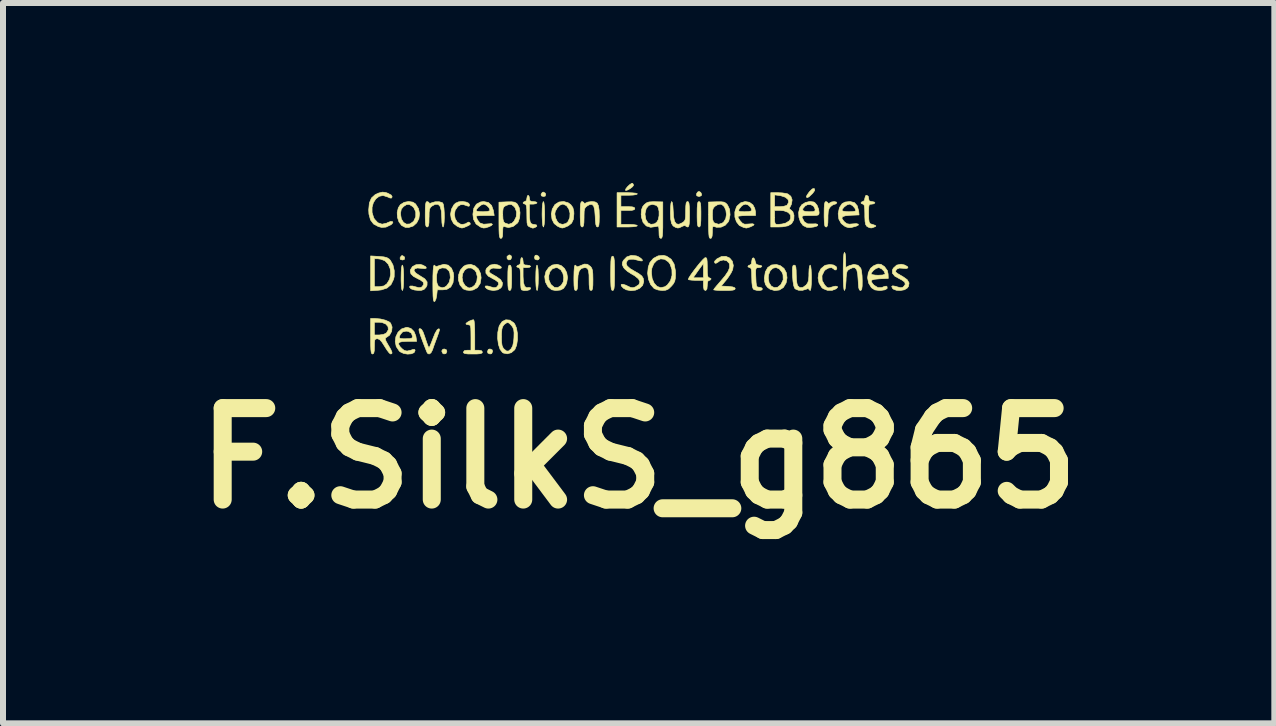
<source format=kicad_pcb>
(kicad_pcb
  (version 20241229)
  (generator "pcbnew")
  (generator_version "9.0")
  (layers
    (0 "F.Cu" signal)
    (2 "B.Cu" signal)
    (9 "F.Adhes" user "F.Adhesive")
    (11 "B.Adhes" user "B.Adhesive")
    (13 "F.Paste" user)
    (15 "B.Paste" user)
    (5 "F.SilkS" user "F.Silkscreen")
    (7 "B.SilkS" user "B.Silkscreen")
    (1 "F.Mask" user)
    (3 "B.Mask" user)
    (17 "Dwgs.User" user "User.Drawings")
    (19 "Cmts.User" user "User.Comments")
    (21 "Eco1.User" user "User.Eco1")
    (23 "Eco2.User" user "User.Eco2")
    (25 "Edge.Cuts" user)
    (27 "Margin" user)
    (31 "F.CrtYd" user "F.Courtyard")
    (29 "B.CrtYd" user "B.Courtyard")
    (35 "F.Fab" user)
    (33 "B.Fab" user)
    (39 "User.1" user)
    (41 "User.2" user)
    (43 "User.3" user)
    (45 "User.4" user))
  (footprint "F.SilkS_g865"
    (layer "F.Cu")
    (at 7.591 4.584)
    (property "Reference" "F.SilkS_g865" (at 0 0 0) (layer "F.SilkS") (effects (font (size 1.524 1.524) (thickness 0.3))))
    (attr through_hole)
    (fp_poly (pts (xy -3.907 -3.358) (xy -3.899 -3.339) (xy -3.906 -3.309) (xy -3.937 -3.302) (xy -3.972 -3.313) (xy -3.975 -3.339) (xy -3.954 -3.371) (xy -3.937 -3.376) (xy -3.907 -3.358)) (stroke (width 0.01) (type solid)) (fill yes) (layer "F.SilkS"))
    (fp_poly (pts (xy -3.203 -1.805) (xy -3.196 -1.778) (xy -3.211 -1.743) (xy -3.245 -1.737) (xy -3.267 -1.75) (xy -3.281 -1.786) (xy -3.263 -1.814) (xy -3.239 -1.82) (xy -3.203 -1.805)) (stroke (width 0.01) (type solid)) (fill yes) (layer "F.SilkS"))
    (fp_poly (pts (xy -2.441 -1.805) (xy -2.434 -1.778) (xy -2.449 -1.743) (xy -2.477 -1.736) (xy -2.512 -1.751) (xy -2.519 -1.778) (xy -2.504 -1.813) (xy -2.477 -1.82) (xy -2.441 -1.805)) (stroke (width 0.01) (type solid)) (fill yes) (layer "F.SilkS"))
    (fp_poly (pts (xy -2.122 -3.369) (xy -2.117 -3.344) (xy -2.132 -3.31) (xy -2.164 -3.303) (xy -2.191 -3.323) (xy -2.194 -3.359) (xy -2.166 -3.383) (xy -2.147 -3.387) (xy -2.122 -3.369)) (stroke (width 0.01) (type solid)) (fill yes) (layer "F.SilkS"))
    (fp_poly (pts (xy -1.665 -3.363) (xy -1.654 -3.332) (xy -1.669 -3.308) (xy -1.692 -3.302) (xy -1.728 -3.316) (xy -1.736 -3.346) (xy -1.724 -3.38) (xy -1.699 -3.383) (xy -1.665 -3.363)) (stroke (width 0.01) (type solid)) (fill yes) (layer "F.SilkS"))
    (fp_poly (pts (xy -1.558 -4.417) (xy -1.549 -4.397) (xy -1.557 -4.367) (xy -1.587 -4.36) (xy -1.622 -4.371) (xy -1.626 -4.397) (xy -1.605 -4.429) (xy -1.587 -4.434) (xy -1.558 -4.417)) (stroke (width 0.01) (type solid)) (fill yes) (layer "F.SilkS"))
    (fp_poly (pts (xy 1.034 -4.429) (xy 1.049 -4.397) (xy 1.043 -4.373) (xy 1.012 -4.361) (xy 1.005 -4.36) (xy 0.972 -4.37) (xy 0.968 -4.373) (xy 0.963 -4.402) (xy 0.981 -4.433) (xy 1.005 -4.445) (xy 1.034 -4.429)) (stroke (width 0.01) (type solid)) (fill yes) (layer "F.SilkS"))
    (fp_poly (pts (xy -0.085 -4.551) (xy -0.085 -4.549) (xy -0.1 -4.525) (xy -0.136 -4.496) (xy -0.177 -4.471) (xy -0.21 -4.46) (xy -0.22 -4.463) (xy -0.214 -4.487) (xy -0.187 -4.522) (xy -0.15 -4.557) (xy -0.116 -4.579) (xy -0.099 -4.579) (xy -0.085 -4.551)) (stroke (width 0.01) (type solid)) (fill yes) (layer "F.SilkS"))
    (fp_poly (pts (xy 2.928 -4.489) (xy 2.933 -4.461) (xy 2.903 -4.418) (xy 2.889 -4.403) (xy 2.837 -4.354) (xy 2.804 -4.34) (xy 2.794 -4.359) (xy 2.807 -4.386) (xy 2.838 -4.43) (xy 2.85 -4.445) (xy 2.893 -4.487) (xy 2.922 -4.493) (xy 2.928 -4.489)) (stroke (width 0.01) (type solid)) (fill yes) (layer "F.SilkS"))
    (fp_poly (pts (xy -3.927 -3.197) (xy -3.92 -3.141) (xy -3.916 -3.055) (xy -3.916 -3.006) (xy -3.918 -2.907) (xy -3.923 -2.836) (xy -3.932 -2.798) (xy -3.937 -2.794) (xy -3.947 -2.814) (xy -3.954 -2.87) (xy -3.958 -2.957) (xy -3.958 -3.006) (xy -3.956 -3.104) (xy -3.951 -3.175) (xy -3.942 -3.213) (xy -3.937 -3.217) (xy -3.927 -3.197)) (stroke (width 0.01) (type solid)) (fill yes) (layer "F.SilkS"))
    (fp_poly (pts (xy -1.684 -3.197) (xy -1.676 -3.141) (xy -1.673 -3.055) (xy -1.672 -3.006) (xy -1.674 -2.907) (xy -1.68 -2.836) (xy -1.688 -2.798) (xy -1.693 -2.794) (xy -1.703 -2.814) (xy -1.71 -2.87) (xy -1.714 -2.957) (xy -1.714 -3.006) (xy -1.712 -3.104) (xy -1.707 -3.175) (xy -1.698 -3.213) (xy -1.693 -3.217) (xy -1.684 -3.197)) (stroke (width 0.01) (type solid)) (fill yes) (layer "F.SilkS"))
    (fp_poly (pts (xy -1.578 -4.256) (xy -1.571 -4.199) (xy -1.567 -4.113) (xy -1.566 -4.064) (xy -1.568 -3.966) (xy -1.574 -3.895) (xy -1.583 -3.857) (xy -1.587 -3.852) (xy -1.597 -3.872) (xy -1.604 -3.929) (xy -1.608 -4.015) (xy -1.609 -4.064) (xy -1.607 -4.162) (xy -1.601 -4.233) (xy -1.592 -4.271) (xy -1.587 -4.276) (xy -1.578 -4.256)) (stroke (width 0.01) (type solid)) (fill yes) (layer "F.SilkS"))
    (fp_poly (pts (xy -2.134 -3.21) (xy -2.124 -3.185) (xy -2.119 -3.133) (xy -2.117 -3.05) (xy -2.117 -3.006) (xy -2.118 -2.907) (xy -2.122 -2.844) (xy -2.129 -2.809) (xy -2.142 -2.795) (xy -2.148 -2.794) (xy -2.163 -2.801) (xy -2.173 -2.827) (xy -2.178 -2.878) (xy -2.18 -2.962) (xy -2.18 -3.006) (xy -2.179 -3.104) (xy -2.175 -3.168) (xy -2.168 -3.203) (xy -2.155 -3.216) (xy -2.148 -3.217) (xy -2.134 -3.21)) (stroke (width 0.01) (type solid)) (fill yes) (layer "F.SilkS"))
    (fp_poly (pts (xy 1.02 -4.269) (xy 1.03 -4.243) (xy 1.035 -4.192) (xy 1.037 -4.108) (xy 1.037 -4.064) (xy 1.036 -3.965) (xy 1.032 -3.902) (xy 1.025 -3.867) (xy 1.012 -3.853) (xy 1.005 -3.852) (xy 0.991 -3.859) (xy 0.981 -3.885) (xy 0.976 -3.936) (xy 0.974 -4.02) (xy 0.974 -4.064) (xy 0.975 -4.163) (xy 0.979 -4.226) (xy 0.986 -4.261) (xy 0.999 -4.275) (xy 1.005 -4.276) (xy 1.02 -4.269)) (stroke (width 0.01) (type solid)) (fill yes) (layer "F.SilkS"))
    (fp_poly (pts (xy -0.421 -3.359) (xy -0.412 -3.337) (xy -0.406 -3.293) (xy -0.403 -3.22) (xy -0.402 -3.112) (xy -0.402 -3.08) (xy -0.403 -2.963) (xy -0.405 -2.882) (xy -0.41 -2.831) (xy -0.418 -2.804) (xy -0.43 -2.794) (xy -0.434 -2.794) (xy -0.447 -2.8) (xy -0.456 -2.822) (xy -0.462 -2.867) (xy -0.465 -2.94) (xy -0.466 -3.047) (xy -0.466 -3.08) (xy -0.465 -3.197) (xy -0.463 -3.278) (xy -0.458 -3.329) (xy -0.449 -3.356) (xy -0.438 -3.365) (xy -0.434 -3.365) (xy -0.421 -3.359)) (stroke (width 0.01) (type solid)) (fill yes) (layer "F.SilkS"))
    (fp_poly (pts (xy -0.107 -4.421) (xy -0.048 -4.415) (xy -0.022 -4.405) (xy -0.021 -4.403) (xy -0.041 -4.392) (xy -0.092 -4.384) (xy -0.159 -4.381) (xy -0.296 -4.381) (xy -0.296 -4.191) (xy -0.18 -4.191) (xy -0.11 -4.188) (xy -0.074 -4.178) (xy -0.064 -4.159) (xy -0.074 -4.14) (xy -0.111 -4.13) (xy -0.18 -4.128) (xy -0.296 -4.128) (xy -0.296 -3.895) (xy -0.159 -3.895) (xy -0.087 -3.892) (xy -0.038 -3.884) (xy -0.021 -3.873) (xy -0.041 -3.863) (xy -0.095 -3.856) (xy -0.175 -3.852) (xy -0.191 -3.852) (xy -0.36 -3.852) (xy -0.36 -4.424) (xy -0.191 -4.424) (xy -0.107 -4.421)) (stroke (width 0.01) (type solid)) (fill yes) (layer "F.SilkS"))
    (fp_poly (pts (xy 3.15 -4.262) (xy 3.154 -4.25) (xy 3.16 -4.236) (xy 3.179 -4.25) (xy 3.214 -4.269) (xy 3.258 -4.275) (xy 3.293 -4.268) (xy 3.302 -4.255) (xy 3.285 -4.236) (xy 3.27 -4.233) (xy 3.233 -4.219) (xy 3.196 -4.191) (xy 3.173 -4.159) (xy 3.159 -4.114) (xy 3.154 -4.043) (xy 3.154 -4) (xy 3.152 -3.92) (xy 3.145 -3.874) (xy 3.132 -3.854) (xy 3.122 -3.852) (xy 3.107 -3.859) (xy 3.098 -3.885) (xy 3.093 -3.936) (xy 3.09 -4.02) (xy 3.09 -4.064) (xy 3.091 -4.163) (xy 3.095 -4.226) (xy 3.103 -4.261) (xy 3.115 -4.275) (xy 3.122 -4.276) (xy 3.15 -4.262)) (stroke (width 0.01) (type solid)) (fill yes) (layer "F.SilkS"))
    (fp_poly (pts (xy -4.326 -3.361) (xy -4.245 -3.354) (xy -4.194 -3.341) (xy -4.157 -3.318) (xy -4.137 -3.296) (xy -4.094 -3.22) (xy -4.072 -3.123) (xy -4.073 -3.024) (xy -4.084 -2.979) (xy -4.127 -2.891) (xy -4.193 -2.835) (xy -4.287 -2.804) (xy -4.339 -2.798) (xy -4.466 -2.789) (xy -4.466 -3.323) (xy -4.403 -3.323) (xy -4.403 -2.857) (xy -4.322 -2.857) (xy -4.245 -2.87) (xy -4.194 -2.907) (xy -4.15 -2.98) (xy -4.132 -3.066) (xy -4.14 -3.155) (xy -4.172 -3.232) (xy -4.226 -3.287) (xy -4.234 -3.292) (xy -4.295 -3.315) (xy -4.349 -3.323) (xy -4.403 -3.323) (xy -4.466 -3.323) (xy -4.466 -3.37) (xy -4.326 -3.361)) (stroke (width 0.01) (type solid)) (fill yes) (layer "F.SilkS"))
    (fp_poly (pts (xy -2.742 -2.287) (xy -2.736 -2.232) (xy -2.732 -2.147) (xy -2.731 -2.053) (xy -2.731 -1.799) (xy -2.667 -1.799) (xy -2.617 -1.79) (xy -2.603 -1.767) (xy -2.612 -1.751) (xy -2.642 -1.741) (xy -2.701 -1.736) (xy -2.762 -1.736) (xy -2.846 -1.737) (xy -2.895 -1.743) (xy -2.917 -1.755) (xy -2.921 -1.767) (xy -2.902 -1.793) (xy -2.857 -1.799) (xy -2.794 -1.799) (xy -2.794 -2.011) (xy -2.795 -2.107) (xy -2.797 -2.169) (xy -2.804 -2.204) (xy -2.816 -2.219) (xy -2.834 -2.222) (xy -2.836 -2.223) (xy -2.871 -2.23) (xy -2.879 -2.24) (xy -2.861 -2.26) (xy -2.822 -2.284) (xy -2.776 -2.302) (xy -2.751 -2.307) (xy -2.742 -2.287)) (stroke (width 0.01) (type solid)) (fill yes) (layer "F.SilkS"))
    (fp_poly (pts (xy 3.246 -3.219) (xy 3.289 -3.194) (xy 3.302 -3.165) (xy 3.289 -3.136) (xy 3.262 -3.139) (xy 3.249 -3.154) (xy 3.215 -3.175) (xy 3.165 -3.169) (xy 3.114 -3.141) (xy 3.092 -3.119) (xy 3.054 -3.041) (xy 3.057 -2.96) (xy 3.099 -2.885) (xy 3.136 -2.847) (xy 3.168 -2.837) (xy 3.215 -2.85) (xy 3.219 -2.852) (xy 3.274 -2.866) (xy 3.308 -2.863) (xy 3.314 -2.846) (xy 3.291 -2.823) (xy 3.223 -2.796) (xy 3.144 -2.797) (xy 3.074 -2.825) (xy 3.051 -2.844) (xy 3.005 -2.918) (xy 2.989 -3.002) (xy 3.001 -3.086) (xy 3.038 -3.158) (xy 3.098 -3.208) (xy 3.117 -3.216) (xy 3.185 -3.227) (xy 3.246 -3.219)) (stroke (width 0.01) (type solid)) (fill yes) (layer "F.SilkS"))
    (fp_poly (pts (xy -3.618 -2.146) (xy -3.593 -2.104) (xy -3.565 -2.028) (xy -3.556 -2) (xy -3.531 -1.926) (xy -3.51 -1.87) (xy -3.496 -1.843) (xy -3.494 -1.841) (xy -3.481 -1.86) (xy -3.46 -1.909) (xy -3.433 -1.978) (xy -3.427 -1.995) (xy -3.392 -2.081) (xy -3.36 -2.136) (xy -3.337 -2.155) (xy -3.321 -2.153) (xy -3.319 -2.134) (xy -3.332 -2.09) (xy -3.358 -2.018) (xy -3.389 -1.935) (xy -3.417 -1.858) (xy -3.435 -1.804) (xy -3.461 -1.755) (xy -3.492 -1.735) (xy -3.52 -1.75) (xy -3.521 -1.752) (xy -3.533 -1.778) (xy -3.555 -1.834) (xy -3.585 -1.91) (xy -3.605 -1.964) (xy -3.638 -2.054) (xy -3.656 -2.111) (xy -3.661 -2.143) (xy -3.654 -2.157) (xy -3.642 -2.159) (xy -3.618 -2.146)) (stroke (width 0.01) (type solid)) (fill yes) (layer "F.SilkS"))
    (fp_poly (pts (xy -2.877 -4.268) (xy -2.832 -4.248) (xy -2.815 -4.218) (xy -2.827 -4.197) (xy -2.852 -4.202) (xy -2.919 -4.225) (xy -2.965 -4.224) (xy -3.006 -4.2) (xy -3.017 -4.19) (xy -3.058 -4.129) (xy -3.07 -4.059) (xy -3.057 -3.99) (xy -3.022 -3.933) (xy -2.968 -3.899) (xy -2.936 -3.895) (xy -2.886 -3.905) (xy -2.862 -3.92) (xy -2.833 -3.934) (xy -2.811 -3.921) (xy -2.804 -3.9) (xy -2.829 -3.879) (xy -2.864 -3.863) (xy -2.914 -3.842) (xy -2.944 -3.835) (xy -2.973 -3.842) (xy -3.02 -3.862) (xy -3.022 -3.863) (xy -3.084 -3.911) (xy -3.122 -3.982) (xy -3.134 -4.065) (xy -3.119 -4.149) (xy -3.078 -4.222) (xy -3.05 -4.249) (xy -3 -4.271) (xy -2.938 -4.277) (xy -2.877 -4.268)) (stroke (width 0.01) (type solid)) (fill yes) (layer "F.SilkS"))
    (fp_poly (pts (xy -3.762 -4.266) (xy -3.717 -4.236) (xy -3.668 -4.157) (xy -3.651 -4.073) (xy -3.662 -3.991) (xy -3.698 -3.921) (xy -3.755 -3.869) (xy -3.83 -3.844) (xy -3.889 -3.846) (xy -3.949 -3.877) (xy -3.994 -3.937) (xy -4.019 -4.013) (xy -4.022 -4.068) (xy -3.968 -4.068) (xy -3.954 -3.986) (xy -3.918 -3.928) (xy -3.868 -3.899) (xy -3.811 -3.903) (xy -3.754 -3.943) (xy -3.746 -3.953) (xy -3.714 -4.024) (xy -3.714 -4.103) (xy -3.746 -4.173) (xy -3.769 -4.196) (xy -3.822 -4.228) (xy -3.869 -4.225) (xy -3.918 -4.193) (xy -3.955 -4.149) (xy -3.967 -4.086) (xy -3.968 -4.068) (xy -4.022 -4.068) (xy -4.023 -4.096) (xy -4.004 -4.173) (xy -3.97 -4.224) (xy -3.907 -4.263) (xy -3.833 -4.277) (xy -3.762 -4.266)) (stroke (width 0.01) (type solid)) (fill yes) (layer "F.SilkS"))
    (fp_poly (pts (xy -2.729 -3.206) (xy -2.67 -3.153) (xy -2.634 -3.075) (xy -2.625 -3.005) (xy -2.641 -2.91) (xy -2.687 -2.841) (xy -2.76 -2.802) (xy -2.815 -2.795) (xy -2.876 -2.802) (xy -2.921 -2.82) (xy -2.923 -2.821) (xy -2.977 -2.886) (xy -3.003 -2.968) (xy -3.002 -3.01) (xy -2.942 -3.01) (xy -2.928 -2.934) (xy -2.891 -2.874) (xy -2.84 -2.84) (xy -2.815 -2.836) (xy -2.772 -2.851) (xy -2.731 -2.883) (xy -2.697 -2.946) (xy -2.688 -3.023) (xy -2.706 -3.096) (xy -2.731 -3.133) (xy -2.789 -3.169) (xy -2.848 -3.168) (xy -2.898 -3.135) (xy -2.932 -3.075) (xy -2.942 -3.01) (xy -3.002 -3.01) (xy -3 -3.054) (xy -2.971 -3.134) (xy -2.917 -3.196) (xy -2.88 -3.217) (xy -2.801 -3.23) (xy -2.729 -3.206)) (stroke (width 0.01) (type solid)) (fill yes) (layer "F.SilkS"))
    (fp_poly (pts (xy 2.358 -3.209) (xy 2.421 -3.162) (xy 2.46 -3.091) (xy 2.472 -3.006) (xy 2.457 -2.921) (xy 2.412 -2.846) (xy 2.409 -2.843) (xy 2.344 -2.802) (xy 2.266 -2.793) (xy 2.19 -2.815) (xy 2.147 -2.846) (xy 2.113 -2.891) (xy 2.098 -2.948) (xy 2.096 -3.001) (xy 2.159 -3.001) (xy 2.173 -2.923) (xy 2.209 -2.868) (xy 2.259 -2.842) (xy 2.315 -2.848) (xy 2.369 -2.892) (xy 2.369 -2.892) (xy 2.408 -2.972) (xy 2.405 -3.056) (xy 2.389 -3.097) (xy 2.342 -3.155) (xy 2.288 -3.177) (xy 2.236 -3.165) (xy 2.192 -3.124) (xy 2.164 -3.055) (xy 2.159 -3.001) (xy 2.096 -3.001) (xy 2.095 -3.002) (xy 2.11 -3.103) (xy 2.151 -3.177) (xy 2.214 -3.219) (xy 2.294 -3.227) (xy 2.358 -3.209)) (stroke (width 0.01) (type solid)) (fill yes) (layer "F.SilkS"))
    (fp_poly (pts (xy -4.212 -4.426) (xy -4.179 -4.414) (xy -4.123 -4.384) (xy -4.107 -4.355) (xy -4.119 -4.334) (xy -4.143 -4.335) (xy -4.186 -4.354) (xy -4.189 -4.355) (xy -4.259 -4.377) (xy -4.324 -4.363) (xy -4.379 -4.321) (xy -4.42 -4.258) (xy -4.442 -4.18) (xy -4.442 -4.095) (xy -4.416 -4.009) (xy -4.403 -3.985) (xy -4.346 -3.923) (xy -4.275 -3.899) (xy -4.198 -3.916) (xy -4.184 -3.924) (xy -4.134 -3.944) (xy -4.102 -3.942) (xy -4.095 -3.924) (xy -4.12 -3.895) (xy -4.131 -3.888) (xy -4.21 -3.85) (xy -4.283 -3.845) (xy -4.337 -3.859) (xy -4.417 -3.902) (xy -4.468 -3.97) (xy -4.494 -4.066) (xy -4.498 -4.137) (xy -4.487 -4.252) (xy -4.452 -4.335) (xy -4.389 -4.392) (xy -4.331 -4.418) (xy -4.267 -4.433) (xy -4.212 -4.426)) (stroke (width 0.01) (type solid)) (fill yes) (layer "F.SilkS"))
    (fp_poly (pts (xy -1.292 -3.21) (xy -1.236 -3.161) (xy -1.199 -3.092) (xy -1.185 -3.009) (xy -1.199 -2.921) (xy -1.216 -2.88) (xy -1.253 -2.828) (xy -1.302 -2.802) (xy -1.378 -2.794) (xy -1.386 -2.794) (xy -1.448 -2.806) (xy -1.501 -2.848) (xy -1.512 -2.859) (xy -1.555 -2.939) (xy -1.565 -3.026) (xy -1.561 -3.044) (xy -1.498 -3.044) (xy -1.496 -2.971) (xy -1.466 -2.902) (xy -1.459 -2.892) (xy -1.405 -2.846) (xy -1.348 -2.842) (xy -1.291 -2.879) (xy -1.256 -2.937) (xy -1.248 -3.007) (xy -1.262 -3.077) (xy -1.295 -3.135) (xy -1.345 -3.17) (xy -1.376 -3.175) (xy -1.435 -3.157) (xy -1.477 -3.11) (xy -1.498 -3.044) (xy -1.561 -3.044) (xy -1.545 -3.11) (xy -1.497 -3.179) (xy -1.439 -3.218) (xy -1.361 -3.231) (xy -1.292 -3.21)) (stroke (width 0.01) (type solid)) (fill yes) (layer "F.SilkS"))
    (fp_poly (pts (xy -2.343 -3.219) (xy -2.295 -3.193) (xy -2.287 -3.171) (xy -2.315 -3.16) (xy -2.367 -3.164) (xy -2.43 -3.168) (xy -2.468 -3.152) (xy -2.476 -3.144) (xy -2.492 -3.121) (xy -2.489 -3.101) (xy -2.463 -3.078) (xy -2.407 -3.045) (xy -2.375 -3.028) (xy -2.301 -2.975) (xy -2.268 -2.92) (xy -2.277 -2.864) (xy -2.298 -2.835) (xy -2.35 -2.804) (xy -2.421 -2.794) (xy -2.492 -2.805) (xy -2.531 -2.824) (xy -2.559 -2.853) (xy -2.552 -2.869) (xy -2.514 -2.869) (xy -2.469 -2.856) (xy -2.414 -2.84) (xy -2.378 -2.845) (xy -2.361 -2.856) (xy -2.331 -2.896) (xy -2.342 -2.934) (xy -2.393 -2.972) (xy -2.423 -2.987) (xy -2.505 -3.033) (xy -2.545 -3.082) (xy -2.546 -3.135) (xy -2.531 -3.166) (xy -2.474 -3.217) (xy -2.401 -3.232) (xy -2.343 -3.219)) (stroke (width 0.01) (type solid)) (fill yes) (layer "F.SilkS"))
    (fp_poly (pts (xy -3.598 -3.217) (xy -3.548 -3.19) (xy -3.537 -3.168) (xy -3.563 -3.158) (xy -3.606 -3.162) (xy -3.687 -3.169) (xy -3.733 -3.155) (xy -3.743 -3.125) (xy -3.714 -3.085) (xy -3.646 -3.04) (xy -3.642 -3.038) (xy -3.563 -2.988) (xy -3.525 -2.937) (xy -3.526 -2.881) (xy -3.544 -2.846) (xy -3.577 -2.811) (xy -3.623 -2.796) (xy -3.668 -2.795) (xy -3.734 -2.802) (xy -3.786 -2.819) (xy -3.795 -2.824) (xy -3.819 -2.852) (xy -3.808 -2.868) (xy -3.77 -2.869) (xy -3.716 -2.855) (xy -3.661 -2.84) (xy -3.626 -2.846) (xy -3.61 -2.856) (xy -3.58 -2.897) (xy -3.591 -2.935) (xy -3.643 -2.973) (xy -3.67 -2.985) (xy -3.75 -3.028) (xy -3.794 -3.07) (xy -3.806 -3.117) (xy -3.802 -3.14) (xy -3.769 -3.192) (xy -3.711 -3.223) (xy -3.64 -3.229) (xy -3.598 -3.217)) (stroke (width 0.01) (type solid)) (fill yes) (layer "F.SilkS"))
    (fp_poly (pts (xy 1.516 -3.335) (xy 1.56 -3.283) (xy 1.577 -3.211) (xy 1.566 -3.141) (xy 1.539 -3.085) (xy 1.495 -3.017) (xy 1.459 -2.969) (xy 1.375 -2.868) (xy 1.492 -2.862) (xy 1.564 -2.854) (xy 1.601 -2.84) (xy 1.609 -2.825) (xy 1.6 -2.809) (xy 1.57 -2.8) (xy 1.511 -2.795) (xy 1.429 -2.794) (xy 1.347 -2.795) (xy 1.285 -2.799) (xy 1.252 -2.804) (xy 1.249 -2.806) (xy 1.262 -2.827) (xy 1.297 -2.87) (xy 1.346 -2.927) (xy 1.357 -2.939) (xy 1.44 -3.038) (xy 1.492 -3.116) (xy 1.516 -3.179) (xy 1.513 -3.233) (xy 1.507 -3.249) (xy 1.468 -3.289) (xy 1.411 -3.303) (xy 1.351 -3.288) (xy 1.323 -3.267) (xy 1.286 -3.246) (xy 1.267 -3.254) (xy 1.265 -3.281) (xy 1.303 -3.32) (xy 1.379 -3.36) (xy 1.453 -3.363) (xy 1.516 -3.335)) (stroke (width 0.01) (type solid)) (fill yes) (layer "F.SilkS"))
    (fp_poly (pts (xy 4.43 -3.219) (xy 4.478 -3.193) (xy 4.487 -3.171) (xy 4.458 -3.16) (xy 4.406 -3.164) (xy 4.343 -3.168) (xy 4.305 -3.152) (xy 4.297 -3.144) (xy 4.282 -3.121) (xy 4.284 -3.101) (xy 4.311 -3.078) (xy 4.367 -3.045) (xy 4.398 -3.028) (xy 4.473 -2.975) (xy 4.505 -2.92) (xy 4.496 -2.864) (xy 4.475 -2.835) (xy 4.428 -2.806) (xy 4.361 -2.794) (xy 4.293 -2.798) (xy 4.242 -2.818) (xy 4.233 -2.826) (xy 4.215 -2.86) (xy 4.232 -2.872) (xy 4.283 -2.863) (xy 4.304 -2.856) (xy 4.36 -2.84) (xy 4.395 -2.845) (xy 4.412 -2.856) (xy 4.442 -2.896) (xy 4.432 -2.934) (xy 4.38 -2.972) (xy 4.35 -2.987) (xy 4.268 -3.033) (xy 4.228 -3.082) (xy 4.228 -3.135) (xy 4.243 -3.166) (xy 4.299 -3.217) (xy 4.372 -3.232) (xy 4.43 -3.219)) (stroke (width 0.01) (type solid)) (fill yes) (layer "F.SilkS"))
    (fp_poly (pts (xy -1.174 -4.255) (xy -1.131 -4.224) (xy -1.096 -4.175) (xy -1.081 -4.113) (xy -1.079 -4.074) (xy -1.088 -3.98) (xy -1.117 -3.917) (xy -1.171 -3.873) (xy -1.197 -3.861) (xy -1.245 -3.841) (xy -1.274 -3.835) (xy -1.304 -3.843) (xy -1.347 -3.862) (xy -1.408 -3.909) (xy -1.444 -3.981) (xy -1.455 -4.065) (xy -1.454 -4.07) (xy -1.397 -4.07) (xy -1.385 -4.004) (xy -1.355 -3.942) (xy -1.325 -3.911) (xy -1.268 -3.895) (xy -1.208 -3.912) (xy -1.176 -3.942) (xy -1.147 -4.01) (xy -1.144 -4.084) (xy -1.164 -4.153) (xy -1.202 -4.207) (xy -1.255 -4.232) (xy -1.268 -4.233) (xy -1.314 -4.215) (xy -1.357 -4.17) (xy -1.389 -4.113) (xy -1.397 -4.07) (xy -1.454 -4.07) (xy -1.44 -4.15) (xy -1.396 -4.224) (xy -1.393 -4.227) (xy -1.328 -4.268) (xy -1.25 -4.277) (xy -1.174 -4.255)) (stroke (width 0.01) (type solid)) (fill yes) (layer "F.SilkS"))
    (fp_poly (pts (xy 1.933 -3.316) (xy 1.943 -3.274) (xy 1.958 -3.231) (xy 1.994 -3.218) (xy 2.002 -3.217) (xy 2.041 -3.21) (xy 2.053 -3.196) (xy 2.035 -3.18) (xy 1.999 -3.175) (xy 1.972 -3.173) (xy 1.957 -3.163) (xy 1.95 -3.135) (xy 1.949 -3.08) (xy 1.952 -3.011) (xy 1.956 -2.928) (xy 1.962 -2.88) (xy 1.973 -2.856) (xy 1.991 -2.849) (xy 2.005 -2.849) (xy 2.046 -2.839) (xy 2.062 -2.822) (xy 2.053 -2.803) (xy 2.018 -2.794) (xy 1.971 -2.796) (xy 1.927 -2.807) (xy 1.909 -2.819) (xy 1.895 -2.855) (xy 1.887 -2.924) (xy 1.884 -3.01) (xy 1.882 -3.096) (xy 1.877 -3.146) (xy 1.865 -3.17) (xy 1.852 -3.175) (xy 1.824 -3.186) (xy 1.82 -3.196) (xy 1.837 -3.215) (xy 1.852 -3.217) (xy 1.877 -3.236) (xy 1.884 -3.283) (xy 1.893 -3.329) (xy 1.912 -3.339) (xy 1.933 -3.316)) (stroke (width 0.01) (type solid)) (fill yes) (layer "F.SilkS"))
    (fp_poly (pts (xy -1.932 -3.326) (xy -1.926 -3.282) (xy -1.926 -3.281) (xy -1.921 -3.236) (xy -1.896 -3.219) (xy -1.863 -3.217) (xy -1.818 -3.211) (xy -1.799 -3.196) (xy -1.799 -3.196) (xy -1.818 -3.181) (xy -1.862 -3.175) (xy -1.863 -3.175) (xy -1.926 -3.175) (xy -1.926 -3.029) (xy -1.92 -2.927) (xy -1.9 -2.864) (xy -1.866 -2.839) (xy -1.831 -2.844) (xy -1.804 -2.841) (xy -1.799 -2.825) (xy -1.817 -2.806) (xy -1.86 -2.795) (xy -1.909 -2.793) (xy -1.948 -2.803) (xy -1.954 -2.808) (xy -1.961 -2.834) (xy -1.966 -2.892) (xy -1.968 -2.971) (xy -1.968 -2.999) (xy -1.97 -3.088) (xy -1.975 -3.142) (xy -1.985 -3.168) (xy -2 -3.175) (xy -2.028 -3.186) (xy -2.032 -3.196) (xy -2.015 -3.215) (xy -2 -3.217) (xy -1.975 -3.236) (xy -1.968 -3.281) (xy -1.962 -3.325) (xy -1.948 -3.344) (xy -1.947 -3.344) (xy -1.932 -3.326)) (stroke (width 0.01) (type solid)) (fill yes) (layer "F.SilkS"))
    (fp_poly (pts (xy -1.826 -4.363) (xy -1.82 -4.329) (xy -1.813 -4.291) (xy -1.784 -4.277) (xy -1.757 -4.276) (xy -1.712 -4.27) (xy -1.693 -4.255) (xy -1.693 -4.255) (xy -1.712 -4.24) (xy -1.756 -4.233) (xy -1.757 -4.233) (xy -1.82 -4.233) (xy -1.82 -4.097) (xy -1.818 -4.002) (xy -1.809 -3.941) (xy -1.791 -3.908) (xy -1.76 -3.896) (xy -1.744 -3.895) (xy -1.703 -3.886) (xy -1.696 -3.865) (xy -1.727 -3.844) (xy -1.757 -3.834) (xy -1.764 -3.833) (xy -1.784 -3.84) (xy -1.815 -3.853) (xy -1.838 -3.866) (xy -1.852 -3.886) (xy -1.86 -3.925) (xy -1.862 -3.99) (xy -1.863 -4.053) (xy -1.864 -4.143) (xy -1.869 -4.198) (xy -1.879 -4.226) (xy -1.894 -4.233) (xy -1.923 -4.245) (xy -1.926 -4.255) (xy -1.909 -4.273) (xy -1.894 -4.276) (xy -1.869 -4.294) (xy -1.863 -4.329) (xy -1.855 -4.368) (xy -1.841 -4.381) (xy -1.826 -4.363)) (stroke (width 0.01) (type solid)) (fill yes) (layer "F.SilkS"))
    (fp_poly (pts (xy 2.867 -3.197) (xy 2.874 -3.141) (xy 2.878 -3.055) (xy 2.879 -3.006) (xy 2.877 -2.907) (xy 2.871 -2.836) (xy 2.862 -2.798) (xy 2.857 -2.794) (xy 2.837 -2.81) (xy 2.836 -2.816) (xy 2.823 -2.827) (xy 2.795 -2.816) (xy 2.731 -2.797) (xy 2.663 -2.798) (xy 2.61 -2.82) (xy 2.601 -2.829) (xy 2.584 -2.871) (xy 2.571 -2.947) (xy 2.564 -3.041) (xy 2.562 -3.128) (xy 2.564 -3.181) (xy 2.572 -3.208) (xy 2.586 -3.217) (xy 2.591 -3.217) (xy 2.609 -3.21) (xy 2.619 -3.183) (xy 2.624 -3.128) (xy 2.625 -3.068) (xy 2.628 -2.987) (xy 2.636 -2.918) (xy 2.647 -2.877) (xy 2.684 -2.842) (xy 2.733 -2.844) (xy 2.788 -2.883) (xy 2.79 -2.885) (xy 2.816 -2.921) (xy 2.831 -2.967) (xy 2.836 -3.037) (xy 2.836 -3.076) (xy 2.839 -3.149) (xy 2.847 -3.2) (xy 2.857 -3.217) (xy 2.867 -3.197)) (stroke (width 0.01) (type solid)) (fill yes) (layer "F.SilkS"))
    (fp_poly (pts (xy 3.825 -4.363) (xy 3.831 -4.329) (xy 3.84 -4.288) (xy 3.874 -4.276) (xy 3.884 -4.276) (xy 3.924 -4.268) (xy 3.937 -4.255) (xy 3.919 -4.239) (xy 3.884 -4.233) (xy 3.857 -4.231) (xy 3.841 -4.22) (xy 3.834 -4.189) (xy 3.831 -4.131) (xy 3.831 -4.074) (xy 3.833 -3.987) (xy 3.84 -3.935) (xy 3.854 -3.91) (xy 3.863 -3.905) (xy 3.925 -3.885) (xy 3.952 -3.872) (xy 3.95 -3.863) (xy 3.926 -3.852) (xy 3.885 -3.837) (xy 3.857 -3.838) (xy 3.831 -3.847) (xy 3.801 -3.864) (xy 3.782 -3.893) (xy 3.772 -3.944) (xy 3.768 -4.024) (xy 3.768 -4.069) (xy 3.766 -4.155) (xy 3.76 -4.205) (xy 3.749 -4.229) (xy 3.736 -4.233) (xy 3.708 -4.245) (xy 3.704 -4.255) (xy 3.721 -4.273) (xy 3.736 -4.276) (xy 3.761 -4.294) (xy 3.768 -4.329) (xy 3.779 -4.371) (xy 3.799 -4.381) (xy 3.825 -4.363)) (stroke (width 0.01) (type solid)) (fill yes) (layer "F.SilkS"))
    (fp_poly (pts (xy 0.465 -3.366) (xy 0.541 -3.315) (xy 0.59 -3.235) (xy 0.612 -3.125) (xy 0.614 -3.075) (xy 0.611 -2.998) (xy 0.6 -2.945) (xy 0.575 -2.901) (xy 0.548 -2.869) (xy 0.499 -2.821) (xy 0.452 -2.799) (xy 0.394 -2.794) (xy 0.325 -2.802) (xy 0.266 -2.823) (xy 0.256 -2.829) (xy 0.2 -2.892) (xy 0.163 -2.981) (xy 0.149 -3.083) (xy 0.151 -3.098) (xy 0.212 -3.098) (xy 0.224 -2.995) (xy 0.258 -2.915) (xy 0.307 -2.862) (xy 0.368 -2.841) (xy 0.435 -2.856) (xy 0.476 -2.884) (xy 0.53 -2.956) (xy 0.556 -3.047) (xy 0.554 -3.143) (xy 0.524 -3.231) (xy 0.496 -3.27) (xy 0.433 -3.314) (xy 0.366 -3.321) (xy 0.304 -3.296) (xy 0.253 -3.243) (xy 0.22 -3.167) (xy 0.212 -3.098) (xy 0.151 -3.098) (xy 0.16 -3.186) (xy 0.187 -3.26) (xy 0.246 -3.33) (xy 0.325 -3.371) (xy 0.413 -3.379) (xy 0.465 -3.366)) (stroke (width 0.01) (type solid)) (fill yes) (layer "F.SilkS"))
    (fp_poly (pts (xy -3.496 -4.264) (xy -3.493 -4.254) (xy -3.48 -4.243) (xy -3.452 -4.254) (xy -3.391 -4.272) (xy -3.325 -4.273) (xy -3.273 -4.258) (xy -3.264 -4.25) (xy -3.252 -4.22) (xy -3.244 -4.162) (xy -3.239 -4.088) (xy -3.238 -4.009) (xy -3.241 -3.936) (xy -3.247 -3.88) (xy -3.257 -3.853) (xy -3.26 -3.852) (xy -3.27 -3.872) (xy -3.278 -3.925) (xy -3.281 -4.001) (xy -3.281 -4.002) (xy -3.287 -4.117) (xy -3.307 -4.193) (xy -3.341 -4.23) (xy -3.39 -4.23) (xy -3.445 -4.2) (xy -3.47 -4.178) (xy -3.484 -4.147) (xy -3.491 -4.097) (xy -3.492 -4.016) (xy -3.493 -4.01) (xy -3.494 -3.927) (xy -3.5 -3.878) (xy -3.512 -3.856) (xy -3.524 -3.852) (xy -3.539 -3.859) (xy -3.549 -3.885) (xy -3.554 -3.936) (xy -3.556 -4.02) (xy -3.556 -4.064) (xy -3.555 -4.163) (xy -3.551 -4.226) (xy -3.543 -4.261) (xy -3.531 -4.275) (xy -3.524 -4.276) (xy -3.496 -4.264)) (stroke (width 0.01) (type solid)) (fill yes) (layer "F.SilkS"))
    (fp_poly (pts (xy -0.853 -3.231) (xy -0.806 -3.197) (xy -0.804 -3.196) (xy -0.783 -3.168) (xy -0.77 -3.13) (xy -0.764 -3.072) (xy -0.762 -2.982) (xy -0.762 -2.974) (xy -0.763 -2.884) (xy -0.768 -2.829) (xy -0.778 -2.801) (xy -0.794 -2.794) (xy -0.811 -2.802) (xy -0.82 -2.833) (xy -0.825 -2.892) (xy -0.826 -2.951) (xy -0.827 -3.052) (xy -0.835 -3.118) (xy -0.85 -3.156) (xy -0.874 -3.172) (xy -0.899 -3.175) (xy -0.954 -3.162) (xy -0.99 -3.121) (xy -1.01 -3.047) (xy -1.016 -2.946) (xy -1.018 -2.864) (xy -1.024 -2.817) (xy -1.037 -2.797) (xy -1.048 -2.794) (xy -1.063 -2.801) (xy -1.072 -2.827) (xy -1.077 -2.878) (xy -1.079 -2.962) (xy -1.079 -3.006) (xy -1.077 -3.104) (xy -1.072 -3.175) (xy -1.063 -3.213) (xy -1.058 -3.217) (xy -1.038 -3.201) (xy -1.037 -3.196) (xy -1.021 -3.189) (xy -0.981 -3.203) (xy -0.975 -3.206) (xy -0.905 -3.234) (xy -0.853 -3.231)) (stroke (width 0.01) (type solid)) (fill yes) (layer "F.SilkS"))
    (fp_poly (pts (xy -0.727 -4.27) (xy -0.691 -4.249) (xy -0.67 -4.205) (xy -0.659 -4.133) (xy -0.656 -4.025) (xy -0.656 -4.023) (xy -0.658 -3.935) (xy -0.663 -3.882) (xy -0.674 -3.857) (xy -0.687 -3.852) (xy -0.703 -3.862) (xy -0.714 -3.895) (xy -0.721 -3.959) (xy -0.724 -4.025) (xy -0.732 -4.13) (xy -0.748 -4.197) (xy -0.775 -4.228) (xy -0.814 -4.227) (xy -0.855 -4.205) (xy -0.883 -4.183) (xy -0.9 -4.156) (xy -0.908 -4.114) (xy -0.91 -4.043) (xy -0.91 -4.011) (xy -0.912 -3.927) (xy -0.918 -3.878) (xy -0.93 -3.856) (xy -0.942 -3.852) (xy -0.957 -3.859) (xy -0.966 -3.885) (xy -0.971 -3.936) (xy -0.974 -4.02) (xy -0.974 -4.064) (xy -0.973 -4.163) (xy -0.969 -4.226) (xy -0.961 -4.261) (xy -0.949 -4.275) (xy -0.942 -4.276) (xy -0.914 -4.262) (xy -0.91 -4.25) (xy -0.904 -4.236) (xy -0.885 -4.25) (xy -0.848 -4.267) (xy -0.79 -4.275) (xy -0.78 -4.276) (xy -0.727 -4.27)) (stroke (width 0.01) (type solid)) (fill yes) (layer "F.SilkS"))
    (fp_poly (pts (xy 1.125 -3.339) (xy 1.136 -3.321) (xy 1.141 -3.278) (xy 1.143 -3.203) (xy 1.143 -3.177) (xy 1.144 -3.089) (xy 1.15 -3.037) (xy 1.16 -3.011) (xy 1.175 -3.006) (xy 1.203 -2.994) (xy 1.206 -2.985) (xy 1.189 -2.966) (xy 1.175 -2.963) (xy 1.153 -2.949) (xy 1.144 -2.903) (xy 1.143 -2.879) (xy 1.138 -2.82) (xy 1.12 -2.796) (xy 1.111 -2.794) (xy 1.089 -2.808) (xy 1.08 -2.854) (xy 1.079 -2.879) (xy 1.079 -2.963) (xy 0.953 -2.963) (xy 0.886 -2.966) (xy 0.84 -2.972) (xy 0.826 -2.979) (xy 0.838 -3.006) (xy 0.907 -3.006) (xy 1.079 -3.006) (xy 1.079 -3.244) (xy 1.041 -3.194) (xy 1.002 -3.141) (xy 0.959 -3.08) (xy 0.955 -3.074) (xy 0.907 -3.006) (xy 0.838 -3.006) (xy 0.839 -3.009) (xy 0.873 -3.061) (xy 0.92 -3.126) (xy 0.973 -3.195) (xy 1.026 -3.26) (xy 1.071 -3.31) (xy 1.102 -3.338) (xy 1.107 -3.341) (xy 1.125 -3.339)) (stroke (width 0.01) (type solid)) (fill yes) (layer "F.SilkS"))
    (fp_poly (pts (xy 3.44 -3.41) (xy 3.448 -3.36) (xy 3.45 -3.304) (xy 3.45 -3.178) (xy 3.512 -3.209) (xy 3.587 -3.229) (xy 3.653 -3.215) (xy 3.698 -3.168) (xy 3.702 -3.162) (xy 3.713 -3.115) (xy 3.722 -3.041) (xy 3.725 -2.956) (xy 3.725 -2.952) (xy 3.724 -2.868) (xy 3.717 -2.819) (xy 3.705 -2.797) (xy 3.694 -2.794) (xy 3.678 -2.804) (xy 3.667 -2.837) (xy 3.661 -2.901) (xy 3.657 -2.966) (xy 3.649 -3.072) (xy 3.633 -3.14) (xy 3.605 -3.172) (xy 3.563 -3.173) (xy 3.519 -3.153) (xy 3.489 -3.134) (xy 3.471 -3.109) (xy 3.462 -3.068) (xy 3.456 -3.001) (xy 3.455 -2.957) (xy 3.449 -2.88) (xy 3.441 -2.823) (xy 3.43 -2.795) (xy 3.428 -2.794) (xy 3.42 -2.814) (xy 3.414 -2.871) (xy 3.41 -2.96) (xy 3.408 -3.075) (xy 3.408 -3.111) (xy 3.409 -3.241) (xy 3.413 -3.339) (xy 3.419 -3.403) (xy 3.428 -3.429) (xy 3.429 -3.429) (xy 3.44 -3.41)) (stroke (width 0.01) (type solid)) (fill yes) (layer "F.SilkS"))
    (fp_poly (pts (xy -0.041 -3.371) (xy -0.009 -3.359) (xy 0.038 -3.329) (xy 0.062 -3.303) (xy 0.059 -3.287) (xy 0.026 -3.288) (xy 0.016 -3.291) (xy -0.085 -3.315) (xy -0.156 -3.314) (xy -0.188 -3.294) (xy -0.209 -3.249) (xy -0.193 -3.204) (xy -0.14 -3.157) (xy -0.077 -3.12) (xy 0.003 -3.074) (xy 0.052 -3.036) (xy 0.076 -2.997) (xy 0.084 -2.95) (xy 0.084 -2.941) (xy 0.066 -2.879) (xy 0.017 -2.831) (xy -0.051 -2.8) (xy -0.129 -2.791) (xy -0.205 -2.805) (xy -0.255 -2.833) (xy -0.29 -2.871) (xy -0.291 -2.894) (xy -0.262 -2.898) (xy -0.209 -2.881) (xy -0.193 -2.872) (xy -0.135 -2.845) (xy -0.094 -2.84) (xy -0.055 -2.853) (xy 0.004 -2.892) (xy 0.021 -2.938) (xy -0.003 -2.988) (xy -0.067 -3.04) (xy -0.118 -3.069) (xy -0.183 -3.11) (xy -0.235 -3.156) (xy -0.253 -3.18) (xy -0.274 -3.227) (xy -0.27 -3.264) (xy -0.254 -3.296) (xy -0.199 -3.353) (xy -0.125 -3.379) (xy -0.041 -3.371)) (stroke (width 0.01) (type solid)) (fill yes) (layer "F.SilkS"))
    (fp_poly (pts (xy 0.274 -4.273) (xy 0.402 -4.27) (xy 0.402 -3.966) (xy 0.402 -3.845) (xy 0.399 -3.76) (xy 0.395 -3.705) (xy 0.387 -3.675) (xy 0.376 -3.663) (xy 0.37 -3.662) (xy 0.351 -3.673) (xy 0.341 -3.712) (xy 0.339 -3.769) (xy 0.337 -3.832) (xy 0.33 -3.861) (xy 0.313 -3.866) (xy 0.291 -3.86) (xy 0.2 -3.847) (xy 0.127 -3.87) (xy 0.074 -3.927) (xy 0.046 -4.015) (xy 0.043 -4.06) (xy 0.106 -4.06) (xy 0.119 -3.979) (xy 0.154 -3.922) (xy 0.204 -3.896) (xy 0.262 -3.904) (xy 0.3 -3.93) (xy 0.327 -3.975) (xy 0.34 -4.041) (xy 0.34 -4.113) (xy 0.326 -4.174) (xy 0.299 -4.211) (xy 0.298 -4.211) (xy 0.228 -4.23) (xy 0.169 -4.212) (xy 0.126 -4.161) (xy 0.107 -4.082) (xy 0.106 -4.06) (xy 0.043 -4.06) (xy 0.042 -4.066) (xy 0.048 -4.141) (xy 0.067 -4.191) (xy 0.094 -4.224) (xy 0.131 -4.254) (xy 0.172 -4.269) (xy 0.234 -4.273) (xy 0.274 -4.273)) (stroke (width 0.01) (type solid)) (fill yes) (layer "F.SilkS"))
    (fp_poly (pts (xy 0.83 -4.269) (xy 0.839 -4.243) (xy 0.844 -4.192) (xy 0.847 -4.108) (xy 0.847 -4.064) (xy 0.846 -3.965) (xy 0.842 -3.902) (xy 0.834 -3.867) (xy 0.822 -3.853) (xy 0.815 -3.852) (xy 0.787 -3.863) (xy 0.783 -3.872) (xy 0.767 -3.878) (xy 0.729 -3.864) (xy 0.725 -3.862) (xy 0.68 -3.84) (xy 0.652 -3.835) (xy 0.62 -3.844) (xy 0.614 -3.846) (xy 0.574 -3.87) (xy 0.548 -3.911) (xy 0.534 -3.979) (xy 0.529 -4.079) (xy 0.529 -4.1) (xy 0.532 -4.186) (xy 0.538 -4.247) (xy 0.548 -4.275) (xy 0.55 -4.276) (xy 0.562 -4.256) (xy 0.57 -4.206) (xy 0.574 -4.143) (xy 0.581 -4.025) (xy 0.598 -3.946) (xy 0.628 -3.904) (xy 0.67 -3.897) (xy 0.728 -3.923) (xy 0.731 -3.925) (xy 0.758 -3.946) (xy 0.774 -3.974) (xy 0.781 -4.019) (xy 0.783 -4.092) (xy 0.783 -4.117) (xy 0.785 -4.201) (xy 0.791 -4.25) (xy 0.803 -4.272) (xy 0.815 -4.276) (xy 0.83 -4.269)) (stroke (width 0.01) (type solid)) (fill yes) (layer "F.SilkS"))
    (fp_poly (pts (xy -3.794 -2.161) (xy -3.743 -2.11) (xy -3.713 -2.037) (xy -3.711 -2.027) (xy -3.699 -1.947) (xy -3.85 -1.947) (xy -3.939 -1.943) (xy -3.989 -1.93) (xy -4.002 -1.904) (xy -3.98 -1.864) (xy -3.947 -1.828) (xy -3.904 -1.794) (xy -3.858 -1.785) (xy -3.796 -1.799) (xy -3.759 -1.812) (xy -3.73 -1.81) (xy -3.725 -1.793) (xy -3.743 -1.758) (xy -3.789 -1.739) (xy -3.85 -1.734) (xy -3.916 -1.745) (xy -3.973 -1.772) (xy -3.989 -1.786) (xy -4.039 -1.86) (xy -4.056 -1.943) (xy -4.048 -2.005) (xy -3.988 -2.005) (xy -3.971 -1.994) (xy -3.924 -1.99) (xy -3.883 -1.99) (xy -3.816 -1.992) (xy -3.781 -2) (xy -3.768 -2.019) (xy -3.768 -2.028) (xy -3.786 -2.082) (xy -3.836 -2.112) (xy -3.875 -2.117) (xy -3.933 -2.104) (xy -3.972 -2.059) (xy -3.986 -2.027) (xy -3.988 -2.005) (xy -4.048 -2.005) (xy -4.045 -2.025) (xy -4.009 -2.099) (xy -3.951 -2.153) (xy -3.874 -2.179) (xy -3.854 -2.18) (xy -3.794 -2.161)) (stroke (width 0.01) (type solid)) (fill yes) (layer "F.SilkS"))
    (fp_poly (pts (xy -2.504 -4.26) (xy -2.451 -4.211) (xy -2.421 -4.128) (xy -2.42 -4.12) (xy -2.407 -4.043) (xy -2.558 -4.043) (xy -2.632 -4.042) (xy -2.686 -4.038) (xy -2.709 -4.034) (xy -2.709 -4.033) (xy -2.701 -4.009) (xy -2.685 -3.97) (xy -2.645 -3.919) (xy -2.582 -3.898) (xy -2.506 -3.904) (xy -2.453 -3.908) (xy -2.436 -3.896) (xy -2.457 -3.874) (xy -2.501 -3.854) (xy -2.552 -3.838) (xy -2.585 -3.835) (xy -2.619 -3.845) (xy -2.635 -3.851) (xy -2.709 -3.902) (xy -2.752 -3.981) (xy -2.762 -4.065) (xy -2.753 -4.124) (xy -2.709 -4.124) (xy -2.69 -4.114) (xy -2.641 -4.108) (xy -2.593 -4.106) (xy -2.518 -4.111) (xy -2.481 -4.123) (xy -2.477 -4.131) (xy -2.494 -4.173) (xy -2.533 -4.212) (xy -2.578 -4.233) (xy -2.585 -4.233) (xy -2.623 -4.219) (xy -2.667 -4.185) (xy -2.701 -4.146) (xy -2.709 -4.124) (xy -2.753 -4.124) (xy -2.747 -4.163) (xy -2.704 -4.232) (xy -2.634 -4.269) (xy -2.582 -4.276) (xy -2.504 -4.26)) (stroke (width 0.01) (type solid)) (fill yes) (layer "F.SilkS"))
    (fp_poly (pts (xy -2.146 -2.3) (xy -2.083 -2.257) (xy -2.066 -2.237) (xy -2.036 -2.169) (xy -2.02 -2.077) (xy -2.019 -1.977) (xy -2.033 -1.883) (xy -2.062 -1.812) (xy -2.066 -1.806) (xy -2.122 -1.758) (xy -2.19 -1.739) (xy -2.254 -1.752) (xy -2.269 -1.761) (xy -2.31 -1.815) (xy -2.337 -1.897) (xy -2.35 -1.995) (xy -2.349 -2.021) (xy -2.286 -2.021) (xy -2.284 -1.934) (xy -2.276 -1.877) (xy -2.26 -1.84) (xy -2.244 -1.82) (xy -2.201 -1.785) (xy -2.168 -1.785) (xy -2.128 -1.82) (xy -2.126 -1.822) (xy -2.099 -1.87) (xy -2.083 -1.946) (xy -2.078 -2.007) (xy -2.076 -2.089) (xy -2.082 -2.143) (xy -2.099 -2.183) (xy -2.116 -2.207) (xy -2.158 -2.251) (xy -2.191 -2.261) (xy -2.229 -2.236) (xy -2.244 -2.223) (xy -2.266 -2.192) (xy -2.279 -2.15) (xy -2.285 -2.084) (xy -2.286 -2.021) (xy -2.349 -2.021) (xy -2.347 -2.097) (xy -2.327 -2.191) (xy -2.319 -2.212) (xy -2.274 -2.277) (xy -2.213 -2.306) (xy -2.146 -2.3)) (stroke (width 0.01) (type solid)) (fill yes) (layer "F.SilkS"))
    (fp_poly (pts (xy 4.037 -3.23) (xy 4.092 -3.194) (xy 4.096 -3.191) (xy 4.144 -3.125) (xy 4.156 -3.069) (xy 4.159 -2.995) (xy 4.016 -2.989) (xy 3.931 -2.981) (xy 3.884 -2.967) (xy 3.875 -2.942) (xy 3.901 -2.904) (xy 3.922 -2.882) (xy 3.986 -2.842) (xy 4.051 -2.843) (xy 4.085 -2.858) (xy 4.125 -2.867) (xy 4.14 -2.855) (xy 4.139 -2.826) (xy 4.102 -2.805) (xy 4.035 -2.795) (xy 4.009 -2.794) (xy 3.935 -2.804) (xy 3.882 -2.838) (xy 3.876 -2.844) (xy 3.831 -2.918) (xy 3.814 -3.005) (xy 3.823 -3.069) (xy 3.873 -3.069) (xy 3.893 -3.058) (xy 3.942 -3.05) (xy 3.99 -3.048) (xy 4.064 -3.052) (xy 4.102 -3.065) (xy 4.106 -3.073) (xy 4.089 -3.115) (xy 4.049 -3.154) (xy 4.004 -3.175) (xy 3.997 -3.175) (xy 3.955 -3.161) (xy 3.91 -3.127) (xy 3.879 -3.088) (xy 3.873 -3.069) (xy 3.823 -3.069) (xy 3.826 -3.09) (xy 3.864 -3.164) (xy 3.918 -3.208) (xy 3.984 -3.234) (xy 4.037 -3.23)) (stroke (width 0.01) (type solid)) (fill yes) (layer "F.SilkS"))
    (fp_poly (pts (xy -3.173 -3.216) (xy -3.119 -3.166) (xy -3.087 -3.087) (xy -3.081 -3.028) (xy -3.093 -2.924) (xy -3.131 -2.852) (xy -3.196 -2.813) (xy -3.262 -2.805) (xy -3.355 -2.805) (xy -3.365 -2.711) (xy -3.377 -2.652) (xy -3.395 -2.615) (xy -3.403 -2.609) (xy -3.413 -2.615) (xy -3.421 -2.645) (xy -3.426 -2.704) (xy -3.428 -2.796) (xy -3.429 -2.909) (xy -3.428 -2.986) (xy -3.369 -2.986) (xy -3.361 -2.918) (xy -3.34 -2.87) (xy -3.328 -2.859) (xy -3.276 -2.839) (xy -3.229 -2.851) (xy -3.198 -2.873) (xy -3.156 -2.932) (xy -3.138 -3.009) (xy -3.146 -3.086) (xy -3.162 -3.122) (xy -3.212 -3.166) (xy -3.276 -3.171) (xy -3.325 -3.153) (xy -3.351 -3.118) (xy -3.365 -3.058) (xy -3.369 -2.986) (xy -3.428 -2.986) (xy -3.428 -3.036) (xy -3.424 -3.132) (xy -3.417 -3.194) (xy -3.409 -3.217) (xy -3.408 -3.217) (xy -3.387 -3.202) (xy -3.387 -3.198) (xy -3.371 -3.193) (xy -3.331 -3.206) (xy -3.325 -3.209) (xy -3.243 -3.231) (xy -3.173 -3.216)) (stroke (width 0.01) (type solid)) (fill yes) (layer "F.SilkS"))
    (fp_poly (pts (xy -2.068 -4.265) (xy -2.035 -4.247) (xy -2.02 -4.231) (xy -1.99 -4.172) (xy -1.977 -4.091) (xy -1.983 -4.007) (xy -2.007 -3.936) (xy -2.021 -3.916) (xy -2.093 -3.86) (xy -2.168 -3.843) (xy -2.212 -3.852) (xy -2.243 -3.862) (xy -2.259 -3.854) (xy -2.264 -3.82) (xy -2.265 -3.767) (xy -2.268 -3.701) (xy -2.28 -3.668) (xy -2.297 -3.662) (xy -2.309 -3.668) (xy -2.318 -3.689) (xy -2.324 -3.733) (xy -2.327 -3.804) (xy -2.328 -3.909) (xy -2.328 -3.963) (xy -2.328 -4.062) (xy -2.265 -4.062) (xy -2.261 -3.985) (xy -2.25 -3.94) (xy -2.228 -3.918) (xy -2.165 -3.897) (xy -2.11 -3.916) (xy -2.076 -3.95) (xy -2.04 -4.022) (xy -2.034 -4.101) (xy -2.058 -4.17) (xy -2.074 -4.191) (xy -2.114 -4.224) (xy -2.151 -4.23) (xy -2.203 -4.212) (xy -2.211 -4.209) (xy -2.242 -4.19) (xy -2.258 -4.163) (xy -2.264 -4.115) (xy -2.265 -4.062) (xy -2.328 -4.062) (xy -2.328 -4.265) (xy -2.194 -4.271) (xy -2.117 -4.272) (xy -2.068 -4.265)) (stroke (width 0.01) (type solid)) (fill yes) (layer "F.SilkS"))
    (fp_poly (pts (xy 1.423 -4.266) (xy 1.454 -4.248) (xy 1.48 -4.22) (xy 1.515 -4.146) (xy 1.523 -4.054) (xy 1.504 -3.963) (xy 1.493 -3.938) (xy 1.442 -3.881) (xy 1.372 -3.849) (xy 1.297 -3.847) (xy 1.28 -3.853) (xy 1.249 -3.862) (xy 1.234 -3.854) (xy 1.228 -3.819) (xy 1.228 -3.767) (xy 1.224 -3.701) (xy 1.212 -3.668) (xy 1.196 -3.662) (xy 1.183 -3.668) (xy 1.174 -3.689) (xy 1.169 -3.733) (xy 1.166 -3.804) (xy 1.164 -3.909) (xy 1.164 -3.965) (xy 1.164 -4.053) (xy 1.228 -4.053) (xy 1.232 -3.979) (xy 1.246 -3.936) (xy 1.265 -3.918) (xy 1.333 -3.897) (xy 1.395 -3.918) (xy 1.418 -3.937) (xy 1.451 -3.992) (xy 1.462 -4.061) (xy 1.453 -4.13) (xy 1.427 -4.19) (xy 1.386 -4.227) (xy 1.356 -4.233) (xy 1.313 -4.222) (xy 1.275 -4.2) (xy 1.246 -4.172) (xy 1.232 -4.131) (xy 1.228 -4.063) (xy 1.228 -4.053) (xy 1.164 -4.053) (xy 1.164 -4.268) (xy 1.3 -4.272) (xy 1.376 -4.272) (xy 1.423 -4.266)) (stroke (width 0.01) (type solid)) (fill yes) (layer "F.SilkS"))
    (fp_poly (pts (xy 2.915 -4.269) (xy 2.934 -4.259) (xy 2.972 -4.215) (xy 2.998 -4.149) (xy 3.006 -4.097) (xy 3.004 -4.069) (xy 2.991 -4.052) (xy 2.96 -4.045) (xy 2.899 -4.043) (xy 2.858 -4.043) (xy 2.781 -4.042) (xy 2.738 -4.037) (xy 2.722 -4.026) (xy 2.723 -4.007) (xy 2.724 -4.006) (xy 2.761 -3.937) (xy 2.816 -3.904) (xy 2.894 -3.903) (xy 2.951 -3.905) (xy 2.983 -3.896) (xy 2.984 -3.879) (xy 2.969 -3.867) (xy 2.919 -3.852) (xy 2.853 -3.844) (xy 2.8 -3.847) (xy 2.739 -3.877) (xy 2.695 -3.936) (xy 2.67 -4.013) (xy 2.665 -4.095) (xy 2.681 -4.157) (xy 2.735 -4.157) (xy 2.735 -4.127) (xy 2.774 -4.111) (xy 2.838 -4.106) (xy 2.901 -4.108) (xy 2.932 -4.116) (xy 2.94 -4.135) (xy 2.938 -4.154) (xy 2.914 -4.2) (xy 2.866 -4.225) (xy 2.81 -4.223) (xy 2.773 -4.202) (xy 2.735 -4.157) (xy 2.681 -4.157) (xy 2.684 -4.172) (xy 2.719 -4.224) (xy 2.778 -4.26) (xy 2.849 -4.277) (xy 2.915 -4.269)) (stroke (width 0.01) (type solid)) (fill yes) (layer "F.SilkS"))
    (fp_poly (pts (xy 3.596 -4.258) (xy 3.642 -4.205) (xy 3.666 -4.117) (xy 3.666 -4.117) (xy 3.672 -4.053) (xy 3.53 -4.047) (xy 3.443 -4.039) (xy 3.396 -4.023) (xy 3.386 -3.996) (xy 3.412 -3.956) (xy 3.431 -3.935) (xy 3.468 -3.907) (xy 3.512 -3.899) (xy 3.569 -3.904) (xy 3.628 -3.908) (xy 3.66 -3.899) (xy 3.66 -3.884) (xy 3.623 -3.865) (xy 3.614 -3.863) (xy 3.548 -3.845) (xy 3.505 -3.841) (xy 3.466 -3.85) (xy 3.439 -3.861) (xy 3.375 -3.91) (xy 3.335 -3.984) (xy 3.324 -4.073) (xy 3.335 -4.128) (xy 3.387 -4.128) (xy 3.406 -4.116) (xy 3.455 -4.108) (xy 3.503 -4.106) (xy 3.567 -4.109) (xy 3.609 -4.116) (xy 3.619 -4.123) (xy 3.603 -4.164) (xy 3.566 -4.206) (xy 3.525 -4.231) (xy 3.512 -4.233) (xy 3.469 -4.219) (xy 3.424 -4.186) (xy 3.392 -4.146) (xy 3.387 -4.128) (xy 3.335 -4.128) (xy 3.343 -4.164) (xy 3.354 -4.189) (xy 3.39 -4.241) (xy 3.439 -4.267) (xy 3.514 -4.276) (xy 3.525 -4.276) (xy 3.596 -4.258)) (stroke (width 0.01) (type solid)) (fill yes) (layer "F.SilkS"))
    (fp_poly (pts (xy 1.845 -4.264) (xy 1.903 -4.221) (xy 1.934 -4.163) (xy 1.947 -4.103) (xy 1.947 -4.043) (xy 1.799 -4.043) (xy 1.726 -4.04) (xy 1.673 -4.034) (xy 1.651 -4.025) (xy 1.651 -4.025) (xy 1.663 -3.997) (xy 1.692 -3.954) (xy 1.697 -3.948) (xy 1.731 -3.912) (xy 1.767 -3.898) (xy 1.823 -3.901) (xy 1.834 -3.902) (xy 1.897 -3.906) (xy 1.923 -3.896) (xy 1.911 -3.878) (xy 1.86 -3.854) (xy 1.814 -3.839) (xy 1.791 -3.834) (xy 1.791 -3.834) (xy 1.771 -3.84) (xy 1.744 -3.846) (xy 1.677 -3.878) (xy 1.629 -3.939) (xy 1.603 -4.018) (xy 1.602 -4.102) (xy 1.608 -4.121) (xy 1.665 -4.121) (xy 1.692 -4.109) (xy 1.757 -4.106) (xy 1.766 -4.106) (xy 1.838 -4.109) (xy 1.875 -4.12) (xy 1.884 -4.137) (xy 1.866 -4.181) (xy 1.824 -4.219) (xy 1.78 -4.233) (xy 1.737 -4.218) (xy 1.71 -4.196) (xy 1.672 -4.148) (xy 1.665 -4.121) (xy 1.608 -4.121) (xy 1.628 -4.183) (xy 1.643 -4.205) (xy 1.702 -4.256) (xy 1.774 -4.276) (xy 1.845 -4.264)) (stroke (width 0.01) (type solid)) (fill yes) (layer "F.SilkS"))
    (fp_poly (pts (xy 2.393 -4.42) (xy 2.459 -4.41) (xy 2.485 -4.403) (xy 2.535 -4.364) (xy 2.557 -4.304) (xy 2.546 -4.234) (xy 2.535 -4.21) (xy 2.514 -4.168) (xy 2.518 -4.148) (xy 2.532 -4.14) (xy 2.569 -4.106) (xy 2.588 -4.047) (xy 2.585 -3.98) (xy 2.58 -3.962) (xy 2.547 -3.907) (xy 2.488 -3.872) (xy 2.398 -3.855) (xy 2.327 -3.852) (xy 2.201 -3.852) (xy 2.201 -4.128) (xy 2.265 -4.128) (xy 2.265 -4.011) (xy 2.266 -3.945) (xy 2.273 -3.91) (xy 2.291 -3.897) (xy 2.325 -3.895) (xy 2.39 -3.902) (xy 2.452 -3.918) (xy 2.512 -3.956) (xy 2.533 -3.996) (xy 2.529 -4.053) (xy 2.489 -4.096) (xy 2.419 -4.122) (xy 2.358 -4.128) (xy 2.265 -4.128) (xy 2.201 -4.128) (xy 2.201 -4.191) (xy 2.265 -4.191) (xy 2.356 -4.191) (xy 2.418 -4.197) (xy 2.464 -4.211) (xy 2.472 -4.216) (xy 2.5 -4.265) (xy 2.489 -4.31) (xy 2.444 -4.348) (xy 2.368 -4.373) (xy 2.35 -4.376) (xy 2.265 -4.387) (xy 2.265 -4.191) (xy 2.201 -4.191) (xy 2.201 -4.424) (xy 2.316 -4.424) (xy 2.393 -4.42)) (stroke (width 0.01) (type solid)) (fill yes) (layer "F.SilkS"))
    (fp_poly (pts (xy -4.397 -2.328) (xy -4.306 -2.32) (xy -4.222 -2.3) (xy -4.158 -2.272) (xy -4.133 -2.251) (xy -4.108 -2.185) (xy -4.116 -2.113) (xy -4.151 -2.049) (xy -4.21 -2.008) (xy -4.214 -2.007) (xy -4.223 -1.99) (xy -4.21 -1.951) (xy -4.174 -1.887) (xy -4.13 -1.812) (xy -4.11 -1.765) (xy -4.112 -1.742) (xy -4.133 -1.736) (xy -4.156 -1.753) (xy -4.191 -1.798) (xy -4.231 -1.861) (xy -4.232 -1.863) (xy -4.278 -1.935) (xy -4.314 -1.975) (xy -4.347 -1.989) (xy -4.354 -1.99) (xy -4.381 -1.986) (xy -4.396 -1.97) (xy -4.402 -1.93) (xy -4.403 -1.863) (xy -4.405 -1.789) (xy -4.414 -1.749) (xy -4.431 -1.736) (xy -4.434 -1.736) (xy -4.447 -1.742) (xy -4.456 -1.763) (xy -4.462 -1.807) (xy -4.465 -1.879) (xy -4.466 -1.985) (xy -4.466 -2.032) (xy -4.466 -2.265) (xy -4.403 -2.265) (xy -4.403 -2.053) (xy -4.32 -2.053) (xy -4.254 -2.062) (xy -4.206 -2.083) (xy -4.203 -2.086) (xy -4.171 -2.14) (xy -4.176 -2.192) (xy -4.213 -2.235) (xy -4.276 -2.261) (xy -4.32 -2.265) (xy -4.403 -2.265) (xy -4.466 -2.265) (xy -4.466 -2.328) (xy -4.397 -2.328)) (stroke (width 0.01) (type solid)) (fill yes) (layer "F.SilkS")))
  (gr_rect
    (start -3 -3)
    (end 18.182 9.002)
    (stroke (width 0.1) (type default))
    (fill no)
    (layer "Edge.Cuts")))
</source>
